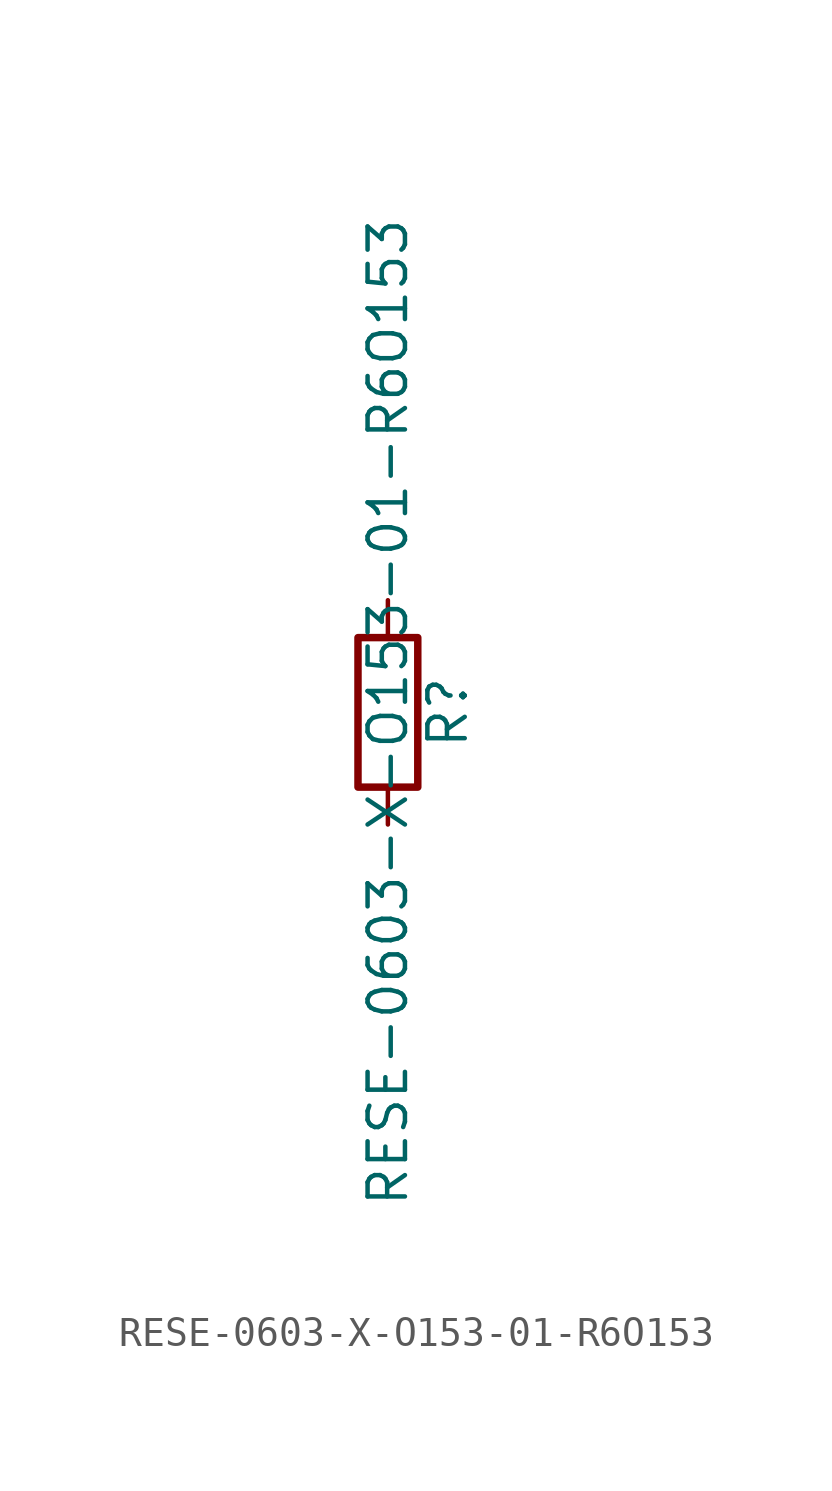
<source format=kicad_sym>
(kicad_symbol_lib
  (version 20211014)
  (generator kicad_symbol_editor)
  (symbol "RESE-0603-X-O153-01-R6O153"
    (pin_numbers hide)
    (pin_names
      (offset 0))
    (property "Reference" "R"
      (at 2.032 0 90)
      (effects (font (size 1.27 1.27))))
    (property "Value" "RESE-0603-X-O153-01-R6O153"
      (at 0 0 90)
      (effects (font (size 1.27 1.27))))
    (symbol "RESE-0603-X-O153-01-R6O153_0_1"
      (rectangle (start -1.016 -2.54) (end 1.016 2.54) (stroke (width 0.254) (type default) (color 0 0 0 0)) (fill (type none))))
    (symbol "RESE-0603-X-O153-01-R6O153_1_1"
      (pin passive line (at 0 3.81 270) (length 1.27) (name "~" (effects (font (size 1.27 1.27)))) (number "1" (effects (font (size 1.27 1.27)))))
      (pin passive line (at 0 -3.81 90) (length 1.27) (name "~" (effects (font (size 1.27 1.27)))) (number "2" (effects (font (size 1.27 1.27))))))))
</source>
